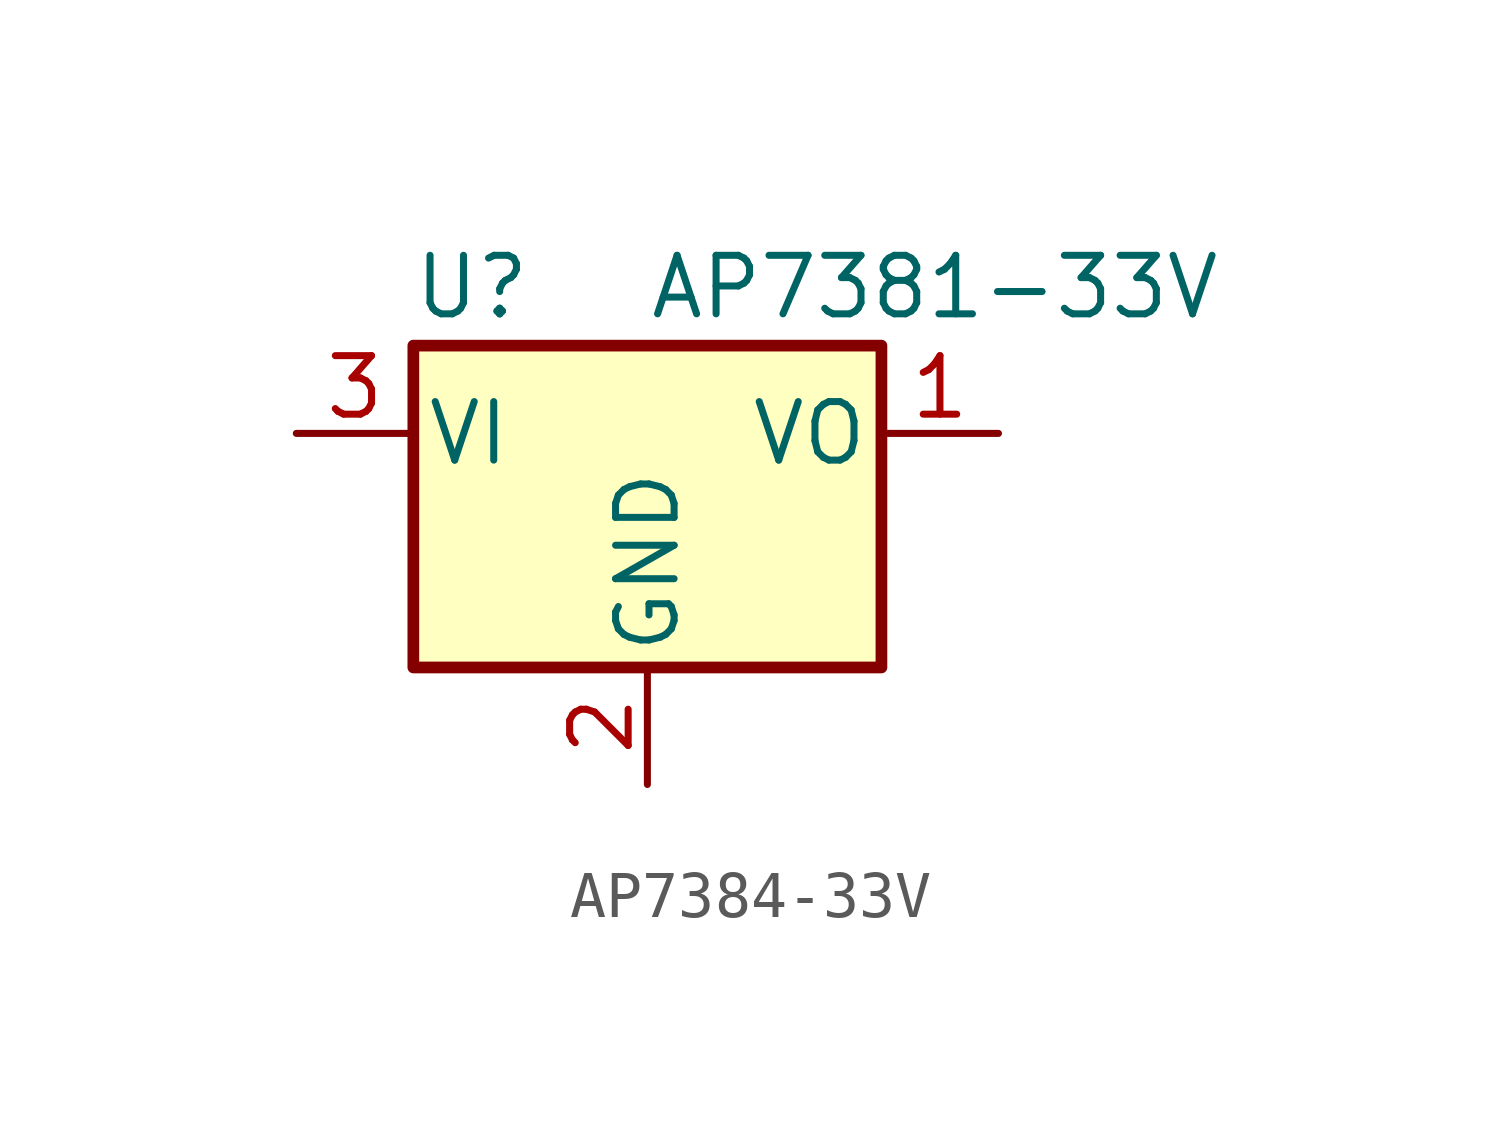
<source format=kicad_sym>
(kicad_symbol_lib
  (version 20220914)
  (generator kicad_symbol_editor)
  (symbol "AP7384-33V"
    (pin_names
      (offset 0.254))
    (property "Reference" "U"
      (at -3.81 3.175 0)
      (effects (font (size 1.27 1.27))))
    (property "Value" "AP7381-33V"
      (at 0 3.175 0)
      (effects (font (size 1.27 1.27)) (justify left)))
    (symbol "AP7384-33V_0_1"
      (rectangle (start -5.08 1.905) (end 5.08 -5.08) (stroke (width 0.254) (type default)) (fill (type background))))
    (symbol "AP7384-33V_1_1"
      (pin power_out line (at 7.62 0 180) (length 2.54) (name "VO" (effects (font (size 1.27 1.27)))) (number "1" (effects (font (size 1.27 1.27)))))
      (pin power_in line (at 0 -7.62 90) (length 2.54) (name "GND" (effects (font (size 1.27 1.27)))) (number "2" (effects (font (size 1.27 1.27)))))
      (pin power_in line (at -7.62 0 0) (length 2.54) (name "VI" (effects (font (size 1.27 1.27)))) (number "3" (effects (font (size 1.27 1.27))))))))
</source>
